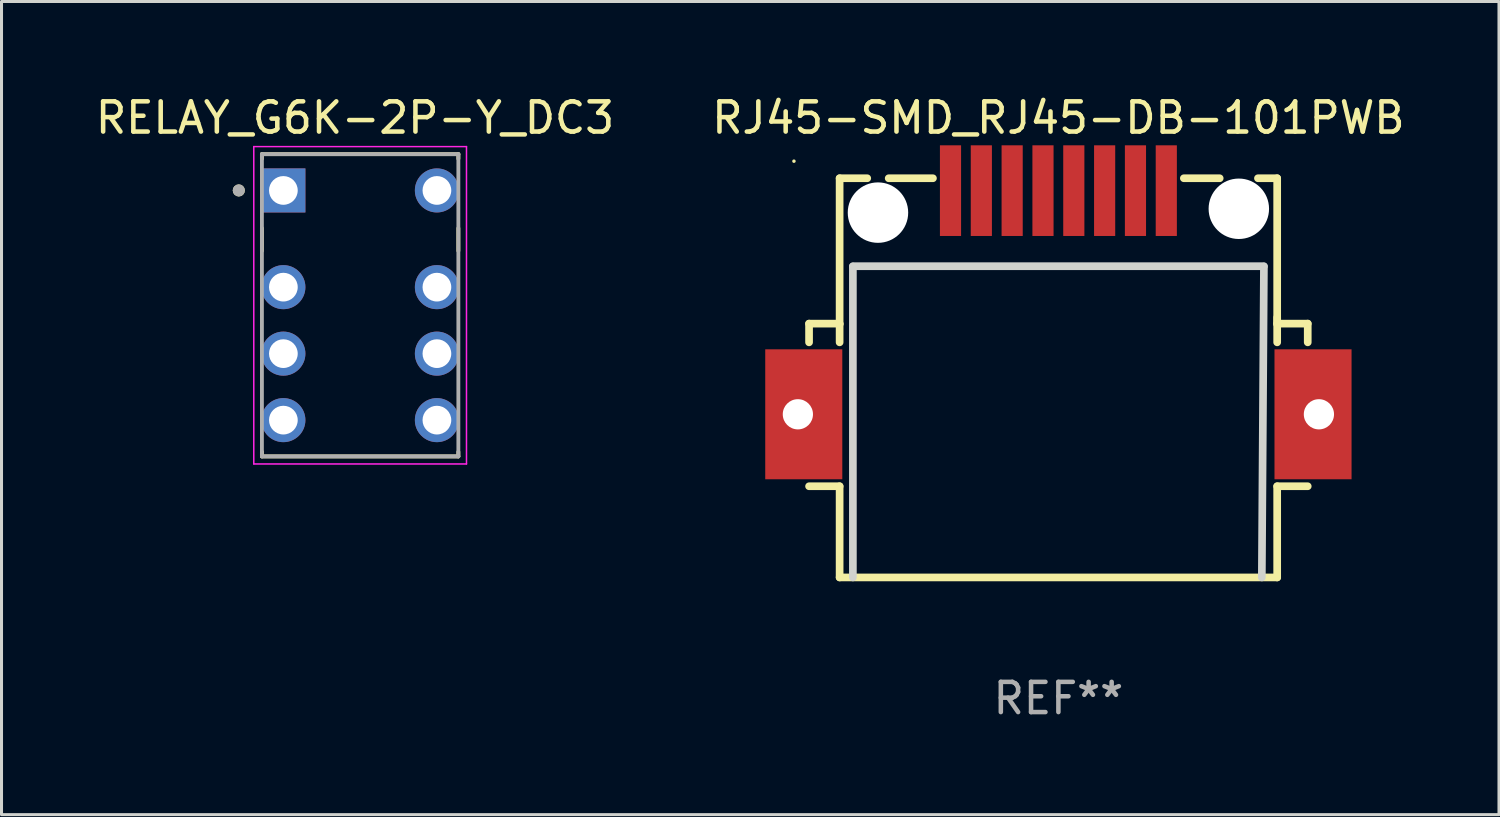
<source format=kicad_pcb>
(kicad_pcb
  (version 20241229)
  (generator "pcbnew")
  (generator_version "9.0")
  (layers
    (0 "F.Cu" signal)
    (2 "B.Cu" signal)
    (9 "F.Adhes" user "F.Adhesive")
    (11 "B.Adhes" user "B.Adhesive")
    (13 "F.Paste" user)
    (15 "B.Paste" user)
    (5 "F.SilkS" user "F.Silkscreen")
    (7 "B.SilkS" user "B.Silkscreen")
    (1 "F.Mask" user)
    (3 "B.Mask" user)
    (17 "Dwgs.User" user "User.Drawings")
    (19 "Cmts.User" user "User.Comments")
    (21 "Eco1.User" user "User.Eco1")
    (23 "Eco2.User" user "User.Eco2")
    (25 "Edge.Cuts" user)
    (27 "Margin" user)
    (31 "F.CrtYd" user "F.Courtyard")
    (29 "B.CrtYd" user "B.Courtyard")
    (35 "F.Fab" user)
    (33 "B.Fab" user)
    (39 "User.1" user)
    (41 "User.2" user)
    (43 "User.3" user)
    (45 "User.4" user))
  (footprint "RJ45-SMD_RJ45-DB-101PWB"
    (layer "F.Cu")
    (at 31.97 6.958)
    (property "Reference" "RJ45-SMD_RJ45-DB-101PWB" (at 0 -6.11 0) (layer "F.SilkS") (effects (font (size 1 1) (thickness 0.15))))
    (attr through_hole)
    (fp_line (start -8.25 0.7) (end -8.25 1.319) (stroke (width 0.254) (type solid)) (layer "F.SilkS"))
    (fp_line (start -8.25 0.7) (end -7.239 0.7) (stroke (width 0.254) (type solid)) (layer "F.SilkS"))
    (fp_line (start -7.239 -4.11) (end -6.325 -4.11) (stroke (width 0.254) (type solid)) (layer "F.SilkS"))
    (fp_line (start -7.239 0.719) (end -7.239 -4.11) (stroke (width 0.254) (type solid)) (layer "F.SilkS"))
    (fp_line (start -7.239 1.319) (end -7.239 0.719) (stroke (width 0.254) (type solid)) (layer "F.SilkS"))
    (fp_line (start -7.239 6.081) (end -8.25 6.081) (stroke (width 0.254) (type solid)) (layer "F.SilkS"))
    (fp_line (start -7.239 9.098) (end -7.239 6.081) (stroke (width 0.254) (type solid)) (layer "F.SilkS"))
    (fp_line (start -5.615 -4.11) (end -4.151 -4.11) (stroke (width 0.254) (type solid)) (layer "F.SilkS"))
    (fp_line (start 4.151 -4.11) (end 5.337 -4.11) (stroke (width 0.254) (type solid)) (layer "F.SilkS"))
    (fp_line (start 6.603 -4.11) (end 7.239 -4.11) (stroke (width 0.254) (type solid)) (layer "F.SilkS"))
    (fp_line (start 7.239 -4.11) (end 7.239 0.719) (stroke (width 0.254) (type solid)) (layer "F.SilkS"))
    (fp_line (start 7.239 0.498) (end 7.239 1.319) (stroke (width 0.254) (type solid)) (layer "F.SilkS"))
    (fp_line (start 7.239 6.081) (end 7.239 9.098) (stroke (width 0.254) (type solid)) (layer "F.SilkS"))
    (fp_line (start 7.239 6.081) (end 8.25 6.081) (stroke (width 0.254) (type solid)) (layer "F.SilkS"))
    (fp_line (start 7.239 9.098) (end -7.239 9.098) (stroke (width 0.254) (type solid)) (layer "F.SilkS"))
    (fp_line (start 8.25 0.7) (end 7.239 0.7) (stroke (width 0.254) (type solid)) (layer "F.SilkS"))
    (fp_line (start 8.25 0.7) (end 8.25 1.319) (stroke (width 0.254) (type solid)) (layer "F.SilkS"))
    (fp_circle (center -8.75 -4.675) (end -8.72 -4.675) (stroke (width 0.06) (type solid)) (fill no) (layer "F.SilkS"))
    (fp_line (start -6.8 -1.2) (end 6.8 -1.2) (stroke (width 0.254) (type solid)) (layer "Edge.Cuts"))
    (fp_line (start -6.8 -1.189) (end -6.8 9.098) (stroke (width 0.254) (type solid)) (layer "Edge.Cuts"))
    (fp_line (start 6.8 -1.189) (end 6.731 9.098) (stroke (width 0.254) (type solid)) (layer "Edge.Cuts"))
    (fp_circle (center -5.97 -2.973) (end -5.57 -2.973) (stroke (width 0.8) (type solid)) (fill no) (layer "F.Fab"))
    (fp_circle (center 5.97 -3.1) (end 6.37 -3.1) (stroke (width 0.8) (type solid)) (fill no) (layer "F.Fab"))
    (fp_text user "REF**" (at 0 13.098 0) (layer "F.Fab") (effects (font (size 1 1) (thickness 0.15))))
    (pad "" np_thru_hole circle (at -8.62 3.7) (size 1 1) (drill 1) (layers "*.Cu" "*.Mask"))
    (pad "" np_thru_hole circle (at -5.97 -2.973) (size 2 2) (drill 2) (layers "*.Cu" "*.Mask"))
    (pad "" np_thru_hole circle (at 5.97 -3.1) (size 2 2) (drill 2) (layers "*.Cu" "*.Mask"))
    (pad "" np_thru_hole circle (at 8.62 3.7) (size 1 1) (drill 1) (layers "*.Cu" "*.Mask"))
    (pad "1" smd rect (at -3.57 -3.7) (size 0.7 3) (layers "F.Cu" "F.Mask" "F.Paste"))
    (pad "2" smd rect (at -2.55 -3.7) (size 0.7 3) (layers "F.Cu" "F.Mask" "F.Paste"))
    (pad "3" smd rect (at -1.53 -3.7) (size 0.7 3) (layers "F.Cu" "F.Mask" "F.Paste"))
    (pad "4" smd rect (at -0.51 -3.7) (size 0.7 3) (layers "F.Cu" "F.Mask" "F.Paste"))
    (pad "5" smd rect (at 0.51 -3.7) (size 0.7 3) (layers "F.Cu" "F.Mask" "F.Paste"))
    (pad "6" smd rect (at 1.53 -3.7) (size 0.7 3) (layers "F.Cu" "F.Mask" "F.Paste"))
    (pad "7" smd rect (at 2.55 -3.7) (size 0.7 3) (layers "F.Cu" "F.Mask" "F.Paste"))
    (pad "8" smd rect (at 3.57 -3.7) (size 0.7 3) (layers "F.Cu" "F.Mask" "F.Paste"))
    (pad "9" smd rect (at -8.425 3.7) (size 2.55 4.3) (layers "F.Cu" "F.Mask" "F.Paste"))
    (pad "10" smd rect (at 8.425 3.7) (size 2.55 4.3) (layers "F.Cu" "F.Mask" "F.Paste")))
  (footprint "RELAY_G6K-2P-Y_DC3"
    (layer "F.Cu")
    (at 8.866 7.051)
    (property "Reference" "RELAY_G6K-2P-Y_DC3" (at -0.17 -6.203 0) (layer "F.SilkS") (effects (font (size 1 1) (thickness 0.15))))
    (attr through_hole)
    (fp_line (start -3.25 -5) (end -3.25 -4.849) (stroke (width 0.127) (type solid)) (layer "F.SilkS"))
    (fp_line (start -3.25 -1.8) (end -3.25 -2.55) (stroke (width 0.127) (type solid)) (layer "F.SilkS"))
    (fp_line (start -3.25 5) (end -3.25 4.849) (stroke (width 0.127) (type solid)) (layer "F.SilkS"))
    (fp_line (start -3.25 5) (end 3.25 5) (stroke (width 0.127) (type solid)) (layer "F.SilkS"))
    (fp_line (start 3.25 -5) (end -3.25 -5) (stroke (width 0.127) (type solid)) (layer "F.SilkS"))
    (fp_line (start 3.25 -4.849) (end 3.25 -5) (stroke (width 0.127) (type solid)) (layer "F.SilkS"))
    (fp_line (start 3.25 -2.55) (end 3.25 -1.8) (stroke (width 0.127) (type solid)) (layer "F.SilkS"))
    (fp_line (start 3.25 5) (end 3.25 4.849) (stroke (width 0.127) (type solid)) (layer "F.SilkS"))
    (fp_circle (center -4.015 -3.8) (end -3.915 -3.8) (stroke (width 0.2) (type solid)) (fill no) (layer "F.SilkS"))
    (fp_line (start -3.519 -5.25) (end -3.519 5.25) (stroke (width 0.05) (type solid)) (layer "F.CrtYd"))
    (fp_line (start -3.519 5.25) (end 3.519 5.25) (stroke (width 0.05) (type solid)) (layer "F.CrtYd"))
    (fp_line (start 3.519 -5.25) (end -3.519 -5.25) (stroke (width 0.05) (type solid)) (layer "F.CrtYd"))
    (fp_line (start 3.519 5.25) (end 3.519 -5.25) (stroke (width 0.05) (type solid)) (layer "F.CrtYd"))
    (fp_line (start -3.25 -5) (end -3.25 5) (stroke (width 0.127) (type solid)) (layer "F.Fab"))
    (fp_line (start -3.25 5) (end 3.25 5) (stroke (width 0.127) (type solid)) (layer "F.Fab"))
    (fp_line (start 3.25 -5) (end -3.25 -5) (stroke (width 0.127) (type solid)) (layer "F.Fab"))
    (fp_line (start 3.25 5) (end 3.25 -5) (stroke (width 0.127) (type solid)) (layer "F.Fab"))
    (fp_circle (center -4.015 -3.8) (end -3.915 -3.8) (stroke (width 0.2) (type solid)) (fill no) (layer "F.Fab"))
    (pad "1" thru_hole rect (at -2.54 -3.8) (size 1.458 1.458) (drill 0.95) (layers "*.Cu" "*.Mask"))
    (pad "2" thru_hole circle (at -2.54 -0.6) (size 1.458 1.458) (drill 0.95) (layers "*.Cu" "*.Mask"))
    (pad "3" thru_hole circle (at -2.54 1.6) (size 1.458 1.458) (drill 0.95) (layers "*.Cu" "*.Mask"))
    (pad "4" thru_hole circle (at -2.54 3.8) (size 1.458 1.458) (drill 0.95) (layers "*.Cu" "*.Mask"))
    (pad "5" thru_hole circle (at 2.54 3.8) (size 1.458 1.458) (drill 0.95) (layers "*.Cu" "*.Mask"))
    (pad "6" thru_hole circle (at 2.54 1.6) (size 1.458 1.458) (drill 0.95) (layers "*.Cu" "*.Mask"))
    (pad "7" thru_hole circle (at 2.54 -0.6) (size 1.458 1.458) (drill 0.95) (layers "*.Cu" "*.Mask"))
    (pad "8" thru_hole circle (at 2.54 -3.8) (size 1.458 1.458) (drill 0.95) (layers "*.Cu" "*.Mask")))
  (gr_rect
    (start -3 -3)
    (end 46.548 23.905)
    (stroke (width 0.1) (type default))
    (fill no)
    (layer "Edge.Cuts")))
</source>
